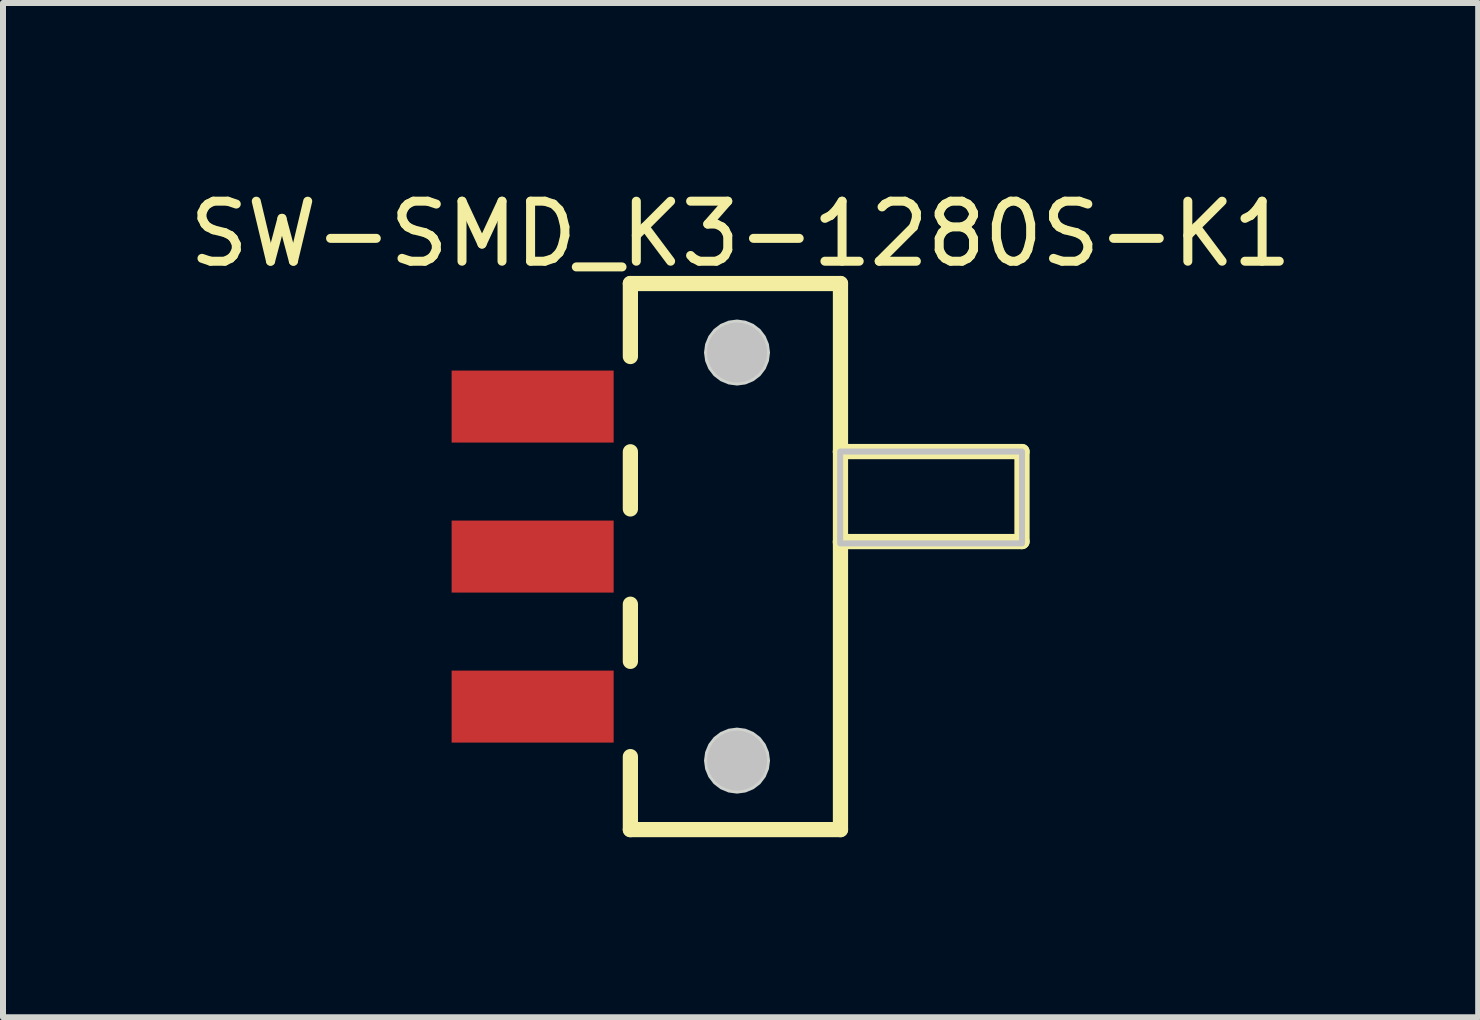
<source format=kicad_pcb>
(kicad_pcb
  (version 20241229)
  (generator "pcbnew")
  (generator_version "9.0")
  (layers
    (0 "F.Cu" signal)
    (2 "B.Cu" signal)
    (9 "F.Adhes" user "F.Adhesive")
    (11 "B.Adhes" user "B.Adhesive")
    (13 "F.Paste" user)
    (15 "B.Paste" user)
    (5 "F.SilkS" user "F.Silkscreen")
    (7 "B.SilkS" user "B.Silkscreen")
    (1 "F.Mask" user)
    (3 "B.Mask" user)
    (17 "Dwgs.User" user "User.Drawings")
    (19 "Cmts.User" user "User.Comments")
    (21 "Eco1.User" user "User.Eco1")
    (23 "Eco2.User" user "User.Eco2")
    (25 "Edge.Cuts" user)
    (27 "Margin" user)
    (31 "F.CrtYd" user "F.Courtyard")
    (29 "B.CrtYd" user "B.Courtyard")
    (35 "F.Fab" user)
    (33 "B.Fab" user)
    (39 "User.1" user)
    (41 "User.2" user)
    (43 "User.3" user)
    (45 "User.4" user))
  (footprint "SW-SMD_K3-1280S-K1"
    (layer "F.Cu")
    (at 5.826 6.225)
    (property "Reference" "SW-SMD_K3-1280S-K1" (at 3.466 -5.377 0) (layer "F.SilkS") (effects (font (size 1 1) (thickness 0.15))))
    (fp_line (start 1.629 -4.55) (end 1.629 -3.334) (stroke (width 0.254) (type default)) (layer "F.SilkS"))
    (fp_line (start 1.629 -4.55) (end 5.13 -4.55) (stroke (width 0.254) (type default)) (layer "F.SilkS"))
    (fp_line (start 1.629 -1.746) (end 1.629 -0.794) (stroke (width 0.254) (type default)) (layer "F.SilkS"))
    (fp_line (start 1.629 0.794) (end 1.629 1.746) (stroke (width 0.254) (type default)) (layer "F.SilkS"))
    (fp_line (start 1.629 3.334) (end 1.629 4.55) (stroke (width 0.254) (type default)) (layer "F.SilkS"))
    (fp_line (start 5.13 -4.55) (end 5.13 4.55) (stroke (width 0.254) (type default)) (layer "F.SilkS"))
    (fp_line (start 5.13 -1.75) (end 5.13 -1.739) (stroke (width 0.254) (type default)) (layer "F.SilkS"))
    (fp_line (start 5.13 -0.25) (end 5.13 -0.23) (stroke (width 0.254) (type default)) (layer "F.SilkS"))
    (fp_line (start 5.13 4.55) (end 1.629 4.55) (stroke (width 0.254) (type default)) (layer "F.SilkS"))
    (fp_line (start 8.155 -1.75) (end 5.13 -1.75) (stroke (width 0.254) (type default)) (layer "F.SilkS"))
    (fp_line (start 8.155 -1.75) (end 8.155 -0.25) (stroke (width 0.254) (type default)) (layer "F.SilkS"))
    (fp_line (start 8.155 -0.25) (end 5.13 -0.25) (stroke (width 0.254) (type default)) (layer "F.SilkS"))
    (fp_circle (center 3.406 -3.4) (end 3.656 -3.4) (stroke (width 0.5) (type default)) (fill no) (layer "Dwgs.User"))
    (fp_circle (center 3.406 3.4) (end 3.656 3.4) (stroke (width 0.5) (type default)) (fill no) (layer "Dwgs.User"))
    (fp_poly (pts (xy 8.155 -1.75) (xy 8.155 -0.22) (xy 5.125 -0.22) (xy 5.125 -1.75)) (stroke (width 0.1) (type default)) (fill no) (layer "Dwgs.User"))
    (fp_poly (pts (xy 3.956 -3.4) (xy 3.937 -3.542) (xy 3.882 -3.675) (xy 3.795 -3.789) (xy 3.681 -3.876) (xy 3.548 -3.931) (xy 3.406 -3.95) (xy 3.264 -3.931) (xy 3.131 -3.876) (xy 3.017 -3.789) (xy 2.93 -3.675) (xy 2.875 -3.542) (xy 2.856 -3.4) (xy 2.875 -3.258) (xy 2.93 -3.125) (xy 3.017 -3.011) (xy 3.131 -2.924) (xy 3.264 -2.869) (xy 3.406 -2.85) (xy 3.548 -2.869) (xy 3.681 -2.924) (xy 3.795 -3.011) (xy 3.882 -3.125) (xy 3.937 -3.258)) (stroke (width 0) (type default)) (fill yes) (layer "Edge.Cuts"))
    (fp_poly (pts (xy 3.956 3.4) (xy 3.937 3.258) (xy 3.882 3.125) (xy 3.795 3.011) (xy 3.681 2.924) (xy 3.548 2.869) (xy 3.406 2.85) (xy 3.264 2.869) (xy 3.131 2.924) (xy 3.017 3.011) (xy 2.93 3.125) (xy 2.875 3.258) (xy 2.856 3.4) (xy 2.875 3.542) (xy 2.93 3.675) (xy 3.017 3.789) (xy 3.131 3.876) (xy 3.264 3.931) (xy 3.406 3.95) (xy 3.548 3.931) (xy 3.681 3.876) (xy 3.795 3.789) (xy 3.882 3.675) (xy 3.937 3.542)) (stroke (width 0) (type default)) (fill yes) (layer "Edge.Cuts"))
    (fp_poly (pts (xy -0.544 -2.2) (xy -0.544 -2.8) (xy 0.256 -2.8) (xy 0.256 -2.2)) (stroke (width 0.1) (type default)) (fill no) (layer "User.1"))
    (fp_poly (pts (xy -0.544 0.3) (xy -0.544 -0.3) (xy 0.256 -0.3) (xy 0.256 0.3)) (stroke (width 0.1) (type default)) (fill no) (layer "User.1"))
    (fp_poly (pts (xy -0.544 2.8) (xy -0.544 2.2) (xy 0.256 2.2) (xy 0.256 2.8)) (stroke (width 0.1) (type default)) (fill no) (layer "User.1"))
    (fp_poly (pts (xy 0.245 -2.2) (xy 0.245 -2.8) (xy 1.665 -2.8) (xy 1.665 -2.2)) (stroke (width 0.1) (type default)) (fill no) (layer "User.1"))
    (fp_poly (pts (xy 0.245 0.3) (xy 0.245 -0.3) (xy 1.665 -0.3) (xy 1.665 0.3)) (stroke (width 0.1) (type default)) (fill no) (layer "User.1"))
    (fp_poly (pts (xy 0.245 2.8) (xy 0.245 2.2) (xy 1.665 2.2) (xy 1.665 2.8)) (stroke (width 0.1) (type default)) (fill no) (layer "User.1"))
    (fp_line (start 1.656 -4.548) (end 5.157 -4.548) (stroke (width 0.051) (type default)) (layer "User.2"))
    (fp_line (start 1.656 4.55) (end 1.656 -4.548) (stroke (width 0.051) (type default)) (layer "User.2"))
    (fp_line (start 5.157 -4.548) (end 5.157 -1.75) (stroke (width 0.051) (type default)) (layer "User.2"))
    (fp_line (start 5.157 -1.75) (end 8.156 -1.75) (stroke (width 0.051) (type default)) (layer "User.2"))
    (fp_line (start 5.157 -0.25) (end 5.157 4.55) (stroke (width 0.051) (type default)) (layer "User.2"))
    (fp_line (start 5.157 4.55) (end 1.656 4.55) (stroke (width 0.051) (type default)) (layer "User.2"))
    (fp_line (start 8.156 -1.75) (end 8.156 -0.25) (stroke (width 0.051) (type default)) (layer "User.2"))
    (fp_line (start 8.156 -0.25) (end 5.157 -0.25) (stroke (width 0.051) (type default)) (layer "User.2"))
    (fp_poly (pts (xy -0.484 -4.548) (xy -0.502 -4.59) (xy -0.544 -4.607) (xy -0.587 -4.59) (xy -0.605 -4.548) (xy -0.587 -4.505) (xy -0.544 -4.487) (xy -0.502 -4.505)) (stroke (width 0.1) (type default)) (fill no) (layer "User.3"))
    (pad "1" smd rect (at 0 -2.5) (size 2.7 1.2) (layers "F.Cu" "F.Mask" "F.Paste"))
    (pad "2" smd rect (at 0 0) (size 2.7 1.2) (layers "F.Cu" "F.Mask" "F.Paste"))
    (pad "3" smd rect (at 0 2.5) (size 2.7 1.2) (layers "F.Cu" "F.Mask" "F.Paste")))
  (gr_rect
    (start -3 -3)
    (end 21.583 13.902)
    (stroke (width 0.1) (type default))
    (fill no)
    (layer "Edge.Cuts")))
</source>
